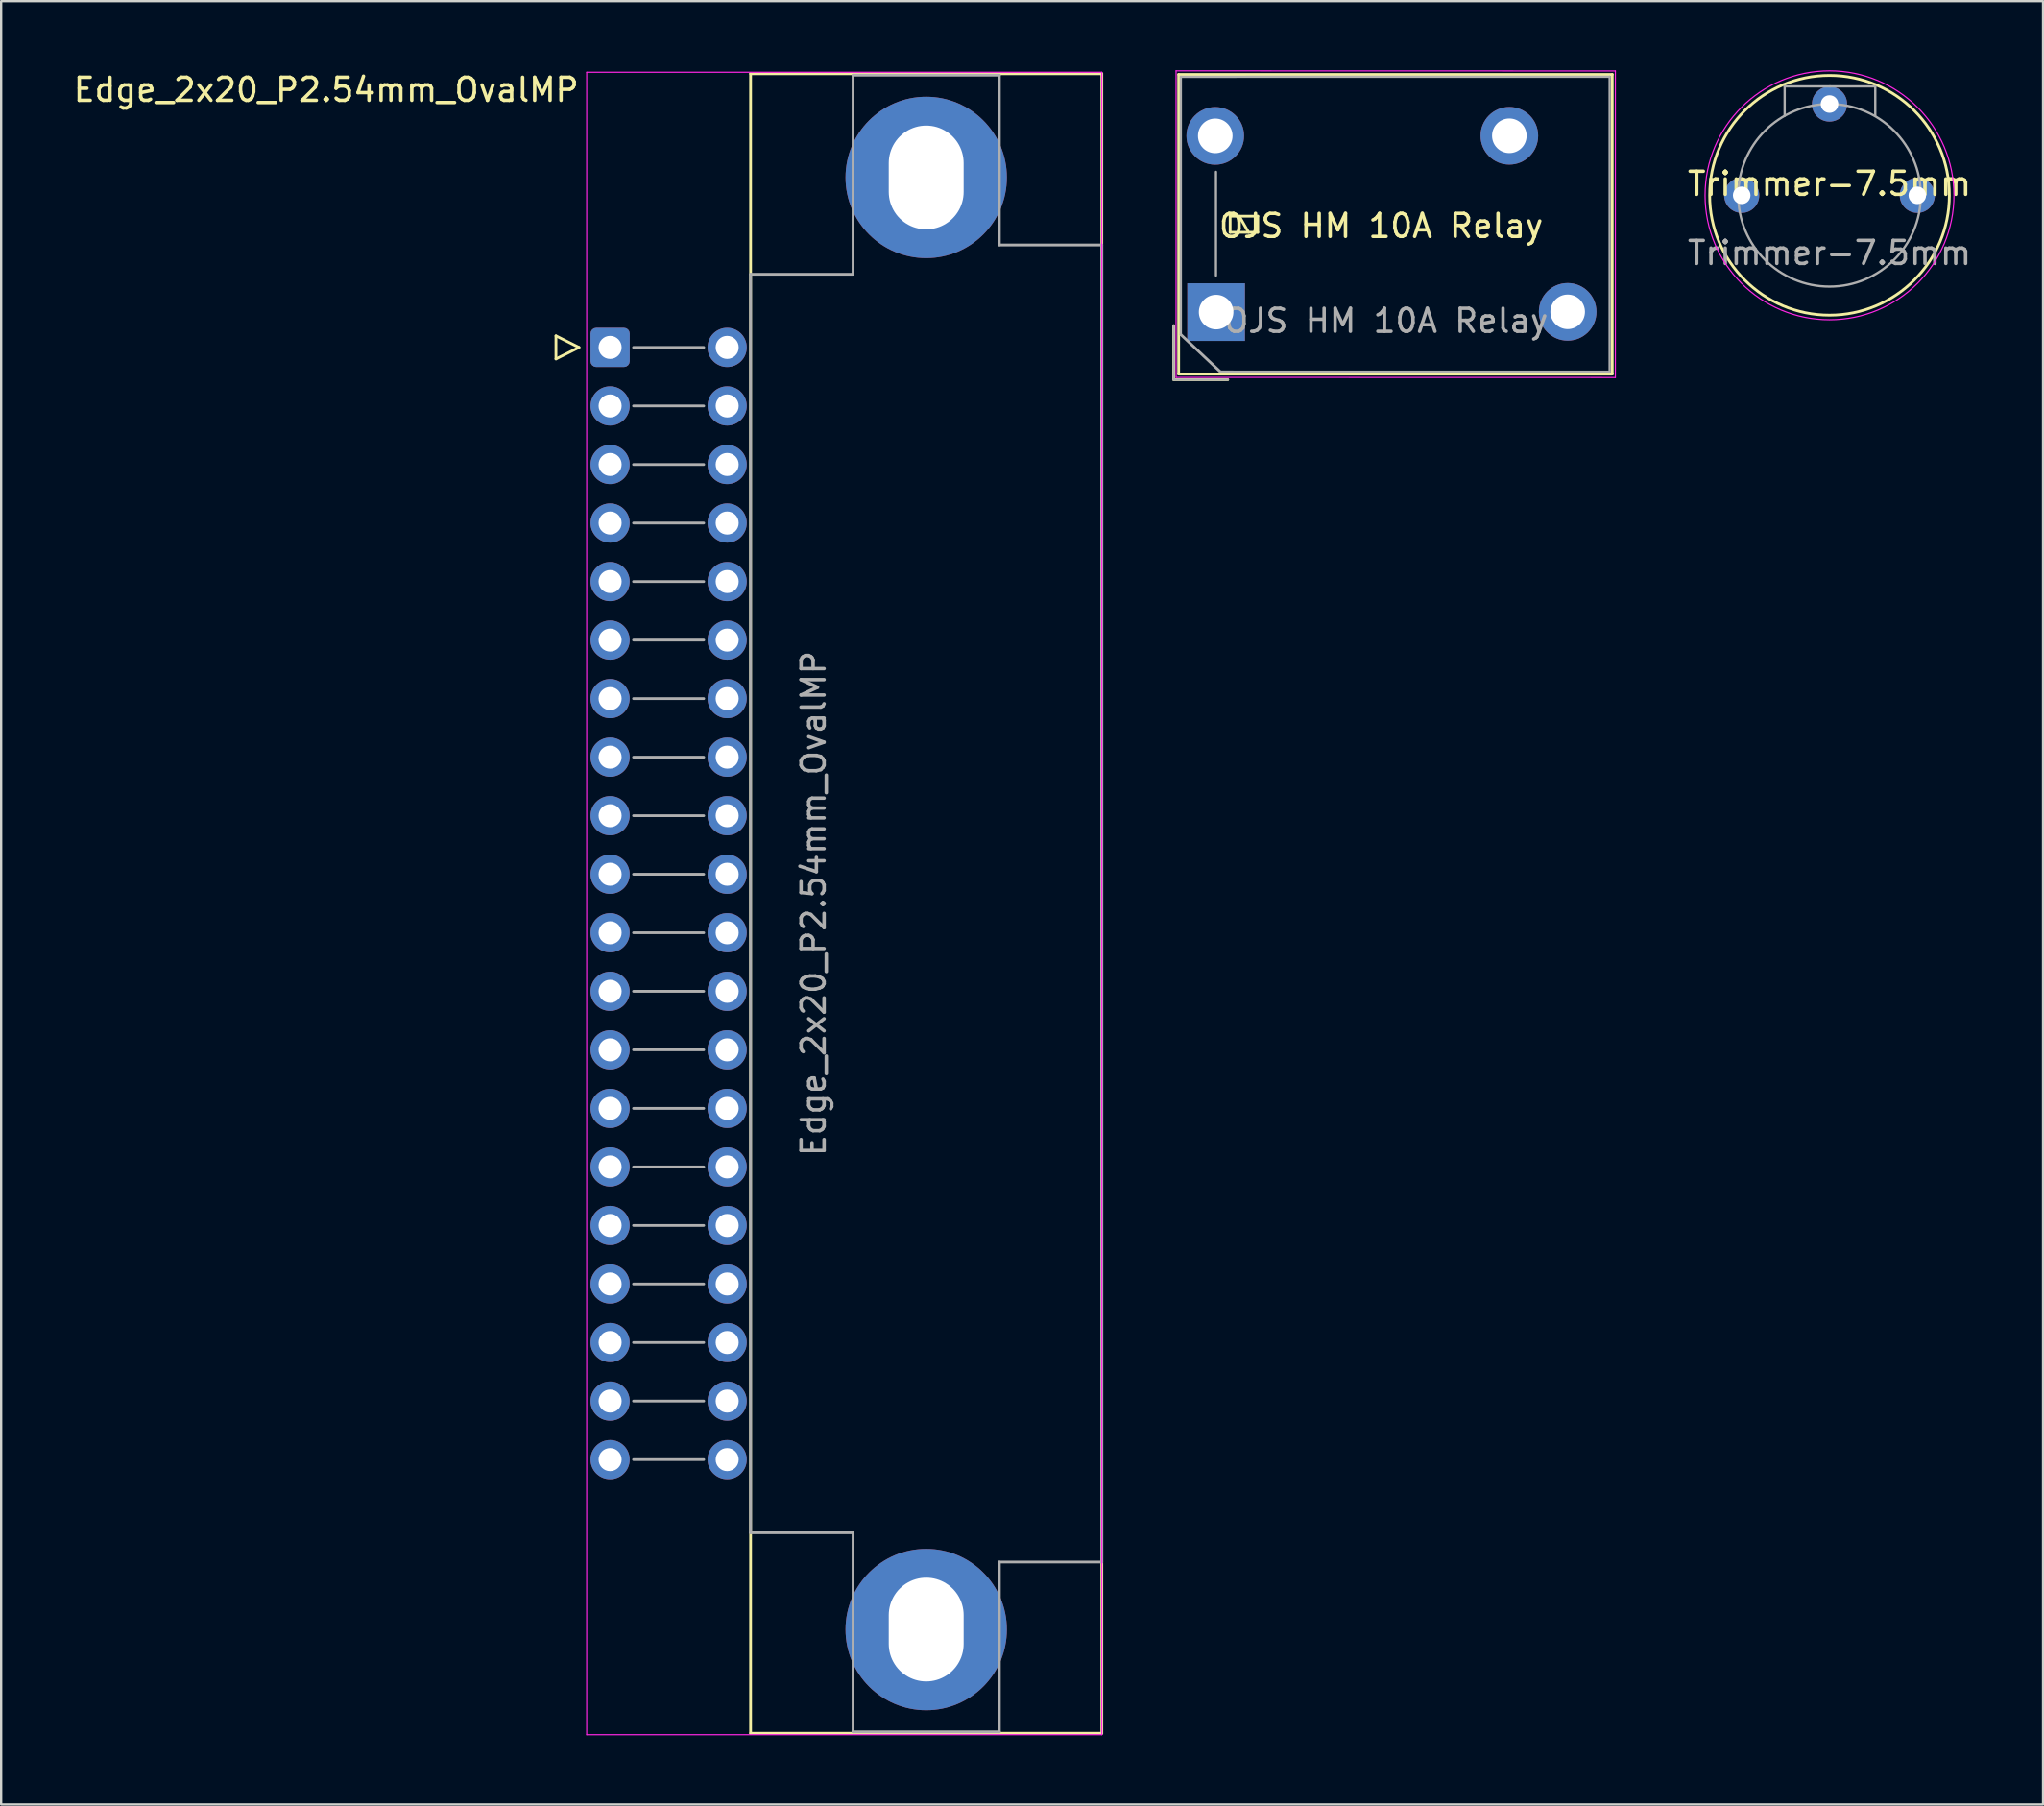
<source format=kicad_pcb>
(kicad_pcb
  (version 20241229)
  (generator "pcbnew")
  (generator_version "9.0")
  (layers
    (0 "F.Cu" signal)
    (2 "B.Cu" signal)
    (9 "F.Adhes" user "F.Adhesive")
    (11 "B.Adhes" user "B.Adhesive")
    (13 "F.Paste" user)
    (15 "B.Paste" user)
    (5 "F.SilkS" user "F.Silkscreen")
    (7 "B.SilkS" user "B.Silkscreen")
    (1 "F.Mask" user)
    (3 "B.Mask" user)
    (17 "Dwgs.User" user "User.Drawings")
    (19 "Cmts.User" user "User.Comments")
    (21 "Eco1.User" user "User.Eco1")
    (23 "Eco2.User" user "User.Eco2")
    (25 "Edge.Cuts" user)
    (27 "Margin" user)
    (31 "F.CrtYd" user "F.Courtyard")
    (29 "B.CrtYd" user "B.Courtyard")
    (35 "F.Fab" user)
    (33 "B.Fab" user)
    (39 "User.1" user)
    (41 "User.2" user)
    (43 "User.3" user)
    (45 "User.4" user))
  (footprint "OJS HM 10A Relay"
    (layer "F.Cu")
    (at 57.514 6.681)
    (property "Reference" "OJS HM 10A Relay" (at -0.63 0.071 0) (unlocked yes) (layer "F.SilkS") (effects (font (size 1 1) (thickness 0.15))))
    (attr through_hole)
    (fp_line (start -9.633 6.738) (end -9.633 4.398) (stroke (width 0.12) (type solid)) (layer "F.SilkS"))
    (fp_line (start -9.417 -6.5) (end -9.417 6.5) (stroke (width 0.12) (type solid)) (layer "F.SilkS"))
    (fp_line (start -9.417 6.5) (end 9.397 6.5) (stroke (width 0.12) (type solid)) (layer "F.SilkS"))
    (fp_line (start -7.287 6.744) (end -9.627 6.744) (stroke (width 0.12) (type solid)) (layer "F.SilkS"))
    (fp_line (start -7.184 -0.35) (end -7.184 0.35) (stroke (width 0.12) (type solid)) (layer "F.SilkS"))
    (fp_line (start -7.184 0.35) (end -5.984 0.35) (stroke (width 0.12) (type solid)) (layer "F.SilkS"))
    (fp_line (start -6.384 0.35) (end -6.784 -0.35) (stroke (width 0.12) (type solid)) (layer "F.SilkS"))
    (fp_line (start -5.984 -0.35) (end -7.184 -0.35) (stroke (width 0.12) (type solid)) (layer "F.SilkS"))
    (fp_line (start -5.984 0.35) (end -5.984 -0.35) (stroke (width 0.12) (type solid)) (layer "F.SilkS"))
    (fp_line (start 9.397 -6.5) (end -9.417 -6.5) (stroke (width 0.12) (type solid)) (layer "F.SilkS"))
    (fp_line (start 9.397 6.5) (end 9.397 -6.5) (stroke (width 0.12) (type solid)) (layer "F.SilkS"))
    (fp_line (start -9.53 -6.656) (end -9.53 6.644) (stroke (width 0.05) (type solid)) (layer "F.CrtYd"))
    (fp_line (start -9.53 6.644) (end 9.532 6.649) (stroke (width 0.05) (type solid)) (layer "F.CrtYd"))
    (fp_line (start 9.532 -6.651) (end -9.53 -6.656) (stroke (width 0.05) (type solid)) (layer "F.CrtYd"))
    (fp_line (start 9.532 6.649) (end 9.532 -6.651) (stroke (width 0.05) (type solid)) (layer "F.CrtYd"))
    (fp_line (start -9.634 6.741) (end -9.634 4.401) (stroke (width 0.1) (type solid)) (layer "F.Fab"))
    (fp_line (start -9.324 -6.399) (end -9.324 4.801) (stroke (width 0.1) (type solid)) (layer "F.Fab"))
    (fp_line (start -7.798 2.226) (end -7.798 -2.274) (stroke (width 0.1) (type solid)) (layer "F.Fab"))
    (fp_line (start -7.613 6.396) (end -9.313 4.796) (stroke (width 0.12) (type solid)) (layer "F.Fab"))
    (fp_line (start -7.613 6.396) (end 9.285 6.398) (stroke (width 0.1) (type solid)) (layer "F.Fab"))
    (fp_line (start -7.282 6.744) (end -9.622 6.744) (stroke (width 0.1) (type solid)) (layer "F.Fab"))
    (fp_line (start 9.285 -6.402) (end -9.324 -6.399) (stroke (width 0.1) (type solid)) (layer "F.Fab"))
    (fp_line (start 9.285 6.398) (end 9.285 -6.402) (stroke (width 0.1) (type solid)) (layer "F.Fab"))
    (fp_text user "${REFERENCE}" (at -0.415 4.189 0) (unlocked yes) (layer "F.Fab") (effects (font (size 1 1) (thickness 0.15))))
    (pad "1" thru_hole rect (at -7.791 3.811 90) (size 2.5 2.5) (drill 1.5) (layers "*.Cu" "*.Mask"))
    (pad "3" thru_hole oval (at 7.463 3.8 90) (size 2.5 2.5) (drill 1.5) (layers "*.Cu" "*.Mask"))
    (pad "5" thru_hole oval (at 4.932 -3.839 90) (size 2.5 2.5) (drill 1.5) (layers "*.Cu" "*.Mask"))
    (pad "6" thru_hole oval (at -7.829 -3.835 90) (size 2.5 2.5) (drill 1.5) (layers "*.Cu" "*.Mask")))
  (footprint "Edge_2x20_P2.54mm_OvalMP"
    (layer "F.Cu")
    (at 23.425 12.024)
    (property "Reference" "Edge_2x20_P2.54mm_OvalMP" (at -1.27 -11.176 0) (layer "F.SilkS") (effects (font (size 1 1) (thickness 0.15)) (justify right)))
    (attr through_hole)
    (fp_line (start -2.35 -0.5) (end -2.35 0.5) (stroke (width 0.12) (type solid)) (layer "F.SilkS"))
    (fp_line (start -2.35 0.5) (end -1.35 0) (stroke (width 0.12) (type solid)) (layer "F.SilkS"))
    (fp_line (start -1.35 0) (end -2.35 -0.5) (stroke (width 0.12) (type solid)) (layer "F.SilkS"))
    (fp_line (start 6.096 -11.874) (end 21.336 -11.874) (stroke (width 0.12) (type solid)) (layer "F.SilkS"))
    (fp_line (start 6.096 60.135) (end 6.096 -11.874) (stroke (width 0.12) (type solid)) (layer "F.SilkS"))
    (fp_line (start 21.336 -11.874) (end 21.336 60.135) (stroke (width 0.12) (type solid)) (layer "F.SilkS"))
    (fp_line (start 21.336 60.135) (end 6.096 60.135) (stroke (width 0.12) (type solid)) (layer "F.SilkS"))
    (fp_line (start -1.016 -11.938) (end 21.336 -11.938) (stroke (width 0.05) (type solid)) (layer "F.CrtYd"))
    (fp_line (start -1.016 60.198) (end -1.016 -11.938) (stroke (width 0.05) (type solid)) (layer "F.CrtYd"))
    (fp_line (start 21.336 -11.938) (end 21.336 60.198) (stroke (width 0.05) (type solid)) (layer "F.CrtYd"))
    (fp_line (start 21.336 60.198) (end -1.016 60.198) (stroke (width 0.05) (type solid)) (layer "F.CrtYd"))
    (fp_line (start 1.016 0) (end 4.064 0) (stroke (width 0.12) (type solid)) (layer "F.Fab"))
    (fp_line (start 1.016 2.54) (end 4.064 2.54) (stroke (width 0.12) (type solid)) (layer "F.Fab"))
    (fp_line (start 1.016 5.08) (end 4.064 5.08) (stroke (width 0.12) (type solid)) (layer "F.Fab"))
    (fp_line (start 1.016 7.62) (end 4.064 7.62) (stroke (width 0.12) (type solid)) (layer "F.Fab"))
    (fp_line (start 1.016 10.16) (end 4.064 10.16) (stroke (width 0.12) (type solid)) (layer "F.Fab"))
    (fp_line (start 1.016 12.7) (end 4.064 12.7) (stroke (width 0.12) (type solid)) (layer "F.Fab"))
    (fp_line (start 1.016 15.24) (end 4.064 15.24) (stroke (width 0.12) (type solid)) (layer "F.Fab"))
    (fp_line (start 1.016 17.78) (end 4.064 17.78) (stroke (width 0.12) (type solid)) (layer "F.Fab"))
    (fp_line (start 1.016 20.32) (end 4.064 20.32) (stroke (width 0.12) (type solid)) (layer "F.Fab"))
    (fp_line (start 1.016 22.86) (end 4.064 22.86) (stroke (width 0.12) (type solid)) (layer "F.Fab"))
    (fp_line (start 1.016 25.4) (end 4.064 25.4) (stroke (width 0.12) (type solid)) (layer "F.Fab"))
    (fp_line (start 1.016 27.94) (end 4.064 27.94) (stroke (width 0.12) (type solid)) (layer "F.Fab"))
    (fp_line (start 1.016 30.48) (end 4.064 30.48) (stroke (width 0.12) (type solid)) (layer "F.Fab"))
    (fp_line (start 1.016 33.02) (end 4.064 33.02) (stroke (width 0.12) (type solid)) (layer "F.Fab"))
    (fp_line (start 1.016 35.56) (end 4.064 35.56) (stroke (width 0.12) (type solid)) (layer "F.Fab"))
    (fp_line (start 1.016 38.1) (end 4.064 38.1) (stroke (width 0.12) (type solid)) (layer "F.Fab"))
    (fp_line (start 1.016 40.64) (end 4.064 40.64) (stroke (width 0.12) (type solid)) (layer "F.Fab"))
    (fp_line (start 1.016 43.18) (end 4.064 43.18) (stroke (width 0.12) (type solid)) (layer "F.Fab"))
    (fp_line (start 1.016 45.72) (end 4.064 45.72) (stroke (width 0.12) (type solid)) (layer "F.Fab"))
    (fp_line (start 1.016 48.26) (end 4.064 48.26) (stroke (width 0.12) (type solid)) (layer "F.Fab"))
    (fp_line (start 6.096 51.435) (end 6.096 -3.175) (stroke (width 0.12) (type solid)) (layer "F.Fab"))
    (fp_line (start 10.541 -11.811) (end 16.891 -11.811) (stroke (width 0.12) (type solid)) (layer "F.Fab"))
    (fp_line (start 10.541 -3.175) (end 6.096 -3.175) (stroke (width 0.12) (type solid)) (layer "F.Fab"))
    (fp_line (start 10.541 -3.175) (end 10.541 -11.811) (stroke (width 0.12) (type solid)) (layer "F.Fab"))
    (fp_line (start 10.541 51.435) (end 6.096 51.435) (stroke (width 0.12) (type solid)) (layer "F.Fab"))
    (fp_line (start 10.541 60.071) (end 10.541 51.435) (stroke (width 0.12) (type solid)) (layer "F.Fab"))
    (fp_line (start 10.541 60.071) (end 16.891 60.071) (stroke (width 0.12) (type solid)) (layer "F.Fab"))
    (fp_line (start 16.891 -11.811) (end 16.891 -4.445) (stroke (width 0.12) (type solid)) (layer "F.Fab"))
    (fp_line (start 16.891 -4.445) (end 21.336 -4.445) (stroke (width 0.12) (type solid)) (layer "F.Fab"))
    (fp_line (start 16.891 52.705) (end 16.891 60.071) (stroke (width 0.12) (type solid)) (layer "F.Fab"))
    (fp_line (start 21.336 -4.445) (end 21.336 52.705) (stroke (width 0.12) (type solid)) (layer "F.Fab"))
    (fp_line (start 21.336 52.705) (end 16.891 52.705) (stroke (width 0.12) (type solid)) (layer "F.Fab"))
    (fp_text user "${REFERENCE}" (at 8.83 24.13 90) (layer "F.Fab") (effects (font (size 1 1) (thickness 0.15))))
    (pad "1" thru_hole roundrect (at 0 0) (size 1.7 1.7) (drill 1) (layers "*.Cu" "*.Mask") (roundrect_rratio 0.147))
    (pad "2" thru_hole circle (at 5.08 0) (size 1.7 1.7) (drill 1) (layers "*.Cu" "*.Mask"))
    (pad "3" thru_hole circle (at 0 2.54) (size 1.7 1.7) (drill 1) (layers "*.Cu" "*.Mask"))
    (pad "4" thru_hole circle (at 5.08 2.54) (size 1.7 1.7) (drill 1) (layers "*.Cu" "*.Mask"))
    (pad "5" thru_hole circle (at 0 5.08) (size 1.7 1.7) (drill 1) (layers "*.Cu" "*.Mask"))
    (pad "6" thru_hole circle (at 5.08 5.08) (size 1.7 1.7) (drill 1) (layers "*.Cu" "*.Mask"))
    (pad "7" thru_hole circle (at 0 7.62) (size 1.7 1.7) (drill 1) (layers "*.Cu" "*.Mask"))
    (pad "8" thru_hole circle (at 5.08 7.62) (size 1.7 1.7) (drill 1) (layers "*.Cu" "*.Mask"))
    (pad "9" thru_hole circle (at 0 10.16) (size 1.7 1.7) (drill 1) (layers "*.Cu" "*.Mask"))
    (pad "10" thru_hole circle (at 5.08 10.16) (size 1.7 1.7) (drill 1) (layers "*.Cu" "*.Mask"))
    (pad "11" thru_hole circle (at 0 12.7) (size 1.7 1.7) (drill 1) (layers "*.Cu" "*.Mask"))
    (pad "12" thru_hole circle (at 5.08 12.7) (size 1.7 1.7) (drill 1) (layers "*.Cu" "*.Mask"))
    (pad "13" thru_hole circle (at 0 15.24) (size 1.7 1.7) (drill 1) (layers "*.Cu" "*.Mask"))
    (pad "14" thru_hole circle (at 5.08 15.24) (size 1.7 1.7) (drill 1) (layers "*.Cu" "*.Mask"))
    (pad "15" thru_hole circle (at 0 17.78) (size 1.7 1.7) (drill 1) (layers "*.Cu" "*.Mask"))
    (pad "16" thru_hole circle (at 5.08 17.78) (size 1.7 1.7) (drill 1) (layers "*.Cu" "*.Mask"))
    (pad "17" thru_hole circle (at 0 20.32) (size 1.7 1.7) (drill 1) (layers "*.Cu" "*.Mask"))
    (pad "18" thru_hole circle (at 5.08 20.32) (size 1.7 1.7) (drill 1) (layers "*.Cu" "*.Mask"))
    (pad "19" thru_hole circle (at 0 22.86) (size 1.7 1.7) (drill 1) (layers "*.Cu" "*.Mask"))
    (pad "20" thru_hole circle (at 5.08 22.86) (size 1.7 1.7) (drill 1) (layers "*.Cu" "*.Mask"))
    (pad "21" thru_hole circle (at 0 25.4) (size 1.7 1.7) (drill 1) (layers "*.Cu" "*.Mask"))
    (pad "22" thru_hole circle (at 5.08 25.4) (size 1.7 1.7) (drill 1) (layers "*.Cu" "*.Mask"))
    (pad "23" thru_hole circle (at 0 27.94) (size 1.7 1.7) (drill 1) (layers "*.Cu" "*.Mask"))
    (pad "24" thru_hole circle (at 5.08 27.94) (size 1.7 1.7) (drill 1) (layers "*.Cu" "*.Mask"))
    (pad "25" thru_hole circle (at 0 30.48) (size 1.7 1.7) (drill 1) (layers "*.Cu" "*.Mask"))
    (pad "26" thru_hole circle (at 5.08 30.48) (size 1.7 1.7) (drill 1) (layers "*.Cu" "*.Mask"))
    (pad "27" thru_hole circle (at 0 33.02) (size 1.7 1.7) (drill 1) (layers "*.Cu" "*.Mask"))
    (pad "28" thru_hole circle (at 5.08 33.02) (size 1.7 1.7) (drill 1) (layers "*.Cu" "*.Mask"))
    (pad "29" thru_hole circle (at 0 35.56) (size 1.7 1.7) (drill 1) (layers "*.Cu" "*.Mask"))
    (pad "30" thru_hole circle (at 5.08 35.56) (size 1.7 1.7) (drill 1) (layers "*.Cu" "*.Mask"))
    (pad "31" thru_hole circle (at 0 38.1) (size 1.7 1.7) (drill 1) (layers "*.Cu" "*.Mask"))
    (pad "32" thru_hole circle (at 5.08 38.1) (size 1.7 1.7) (drill 1) (layers "*.Cu" "*.Mask"))
    (pad "33" thru_hole circle (at 0 40.64) (size 1.7 1.7) (drill 1) (layers "*.Cu" "*.Mask"))
    (pad "34" thru_hole circle (at 5.08 40.64) (size 1.7 1.7) (drill 1) (layers "*.Cu" "*.Mask"))
    (pad "35" thru_hole circle (at 0 43.18) (size 1.7 1.7) (drill 1) (layers "*.Cu" "*.Mask"))
    (pad "36" thru_hole circle (at 5.08 43.18) (size 1.7 1.7) (drill 1) (layers "*.Cu" "*.Mask"))
    (pad "37" thru_hole circle (at 0 45.72) (size 1.7 1.7) (drill 1) (layers "*.Cu" "*.Mask"))
    (pad "38" thru_hole circle (at 5.08 45.72) (size 1.7 1.7) (drill 1) (layers "*.Cu" "*.Mask"))
    (pad "39" thru_hole circle (at 0 48.26) (size 1.7 1.7) (drill 1) (layers "*.Cu" "*.Mask"))
    (pad "40" thru_hole circle (at 5.08 48.26) (size 1.7 1.7) (drill 1) (layers "*.Cu" "*.Mask"))
    (pad "MP" thru_hole circle (at 13.716 -7.374) (size 7 7) (drill oval 3.25 4.5) (layers "*.Cu" "*.Mask"))
    (pad "MP" thru_hole circle (at 13.716 55.634) (size 7 7) (drill oval 3.25 4.5) (layers "*.Cu" "*.Mask")))
  (footprint "Trimmer-7.5mm"
    (layer "F.Cu")
    (at 76.339 5.425)
    (property "Reference" "Trimmer-7.5mm" (at 0 -0.5 0) (unlocked yes) (layer "F.SilkS") (effects (font (size 1 1) (thickness 0.15))))
    (attr through_hole)
    (fp_circle (center 0 0) (end 5.2 0) (stroke (width 0.12) (type solid)) (fill no) (layer "F.SilkS"))
    (fp_circle (center 0 0) (end 5.4 0) (stroke (width 0.05) (type solid)) (fill no) (layer "F.CrtYd"))
    (fp_line (start -1.947 -4.725) (end 0.019 -4.725) (stroke (width 0.1) (type solid)) (layer "F.Fab"))
    (fp_line (start -1.947 -3.452) (end -1.947 -4.725) (stroke (width 0.1) (type solid)) (layer "F.Fab"))
    (fp_line (start 1.986 -4.725) (end 0.019 -4.725) (stroke (width 0.1) (type solid)) (layer "F.Fab"))
    (fp_line (start 1.986 -3.452) (end 1.986 -4.725) (stroke (width 0.1) (type solid)) (layer "F.Fab"))
    (fp_circle (center 0 0) (end 3.96 0) (stroke (width 0.1) (type solid)) (fill no) (layer "F.Fab"))
    (fp_text user "${REFERENCE}" (at 0 2.5 0) (unlocked yes) (layer "F.Fab") (effects (font (size 1 1) (thickness 0.15))))
    (pad "1" thru_hole circle (at 3.81 0) (size 1.524 1.524) (drill 0.762) (layers "*.Cu" "*.Mask"))
    (pad "2" thru_hole circle (at 0 -3.96) (size 1.524 1.524) (drill 0.762) (layers "*.Cu" "*.Mask"))
    (pad "3" thru_hole circle (at -3.81 0) (size 1.524 1.524) (drill 0.762) (layers "*.Cu" "*.Mask")))
  (gr_rect
    (start -3 -3)
    (end 85.606 75.247)
    (stroke (width 0.1) (type default))
    (fill no)
    (layer "Edge.Cuts")))
</source>
